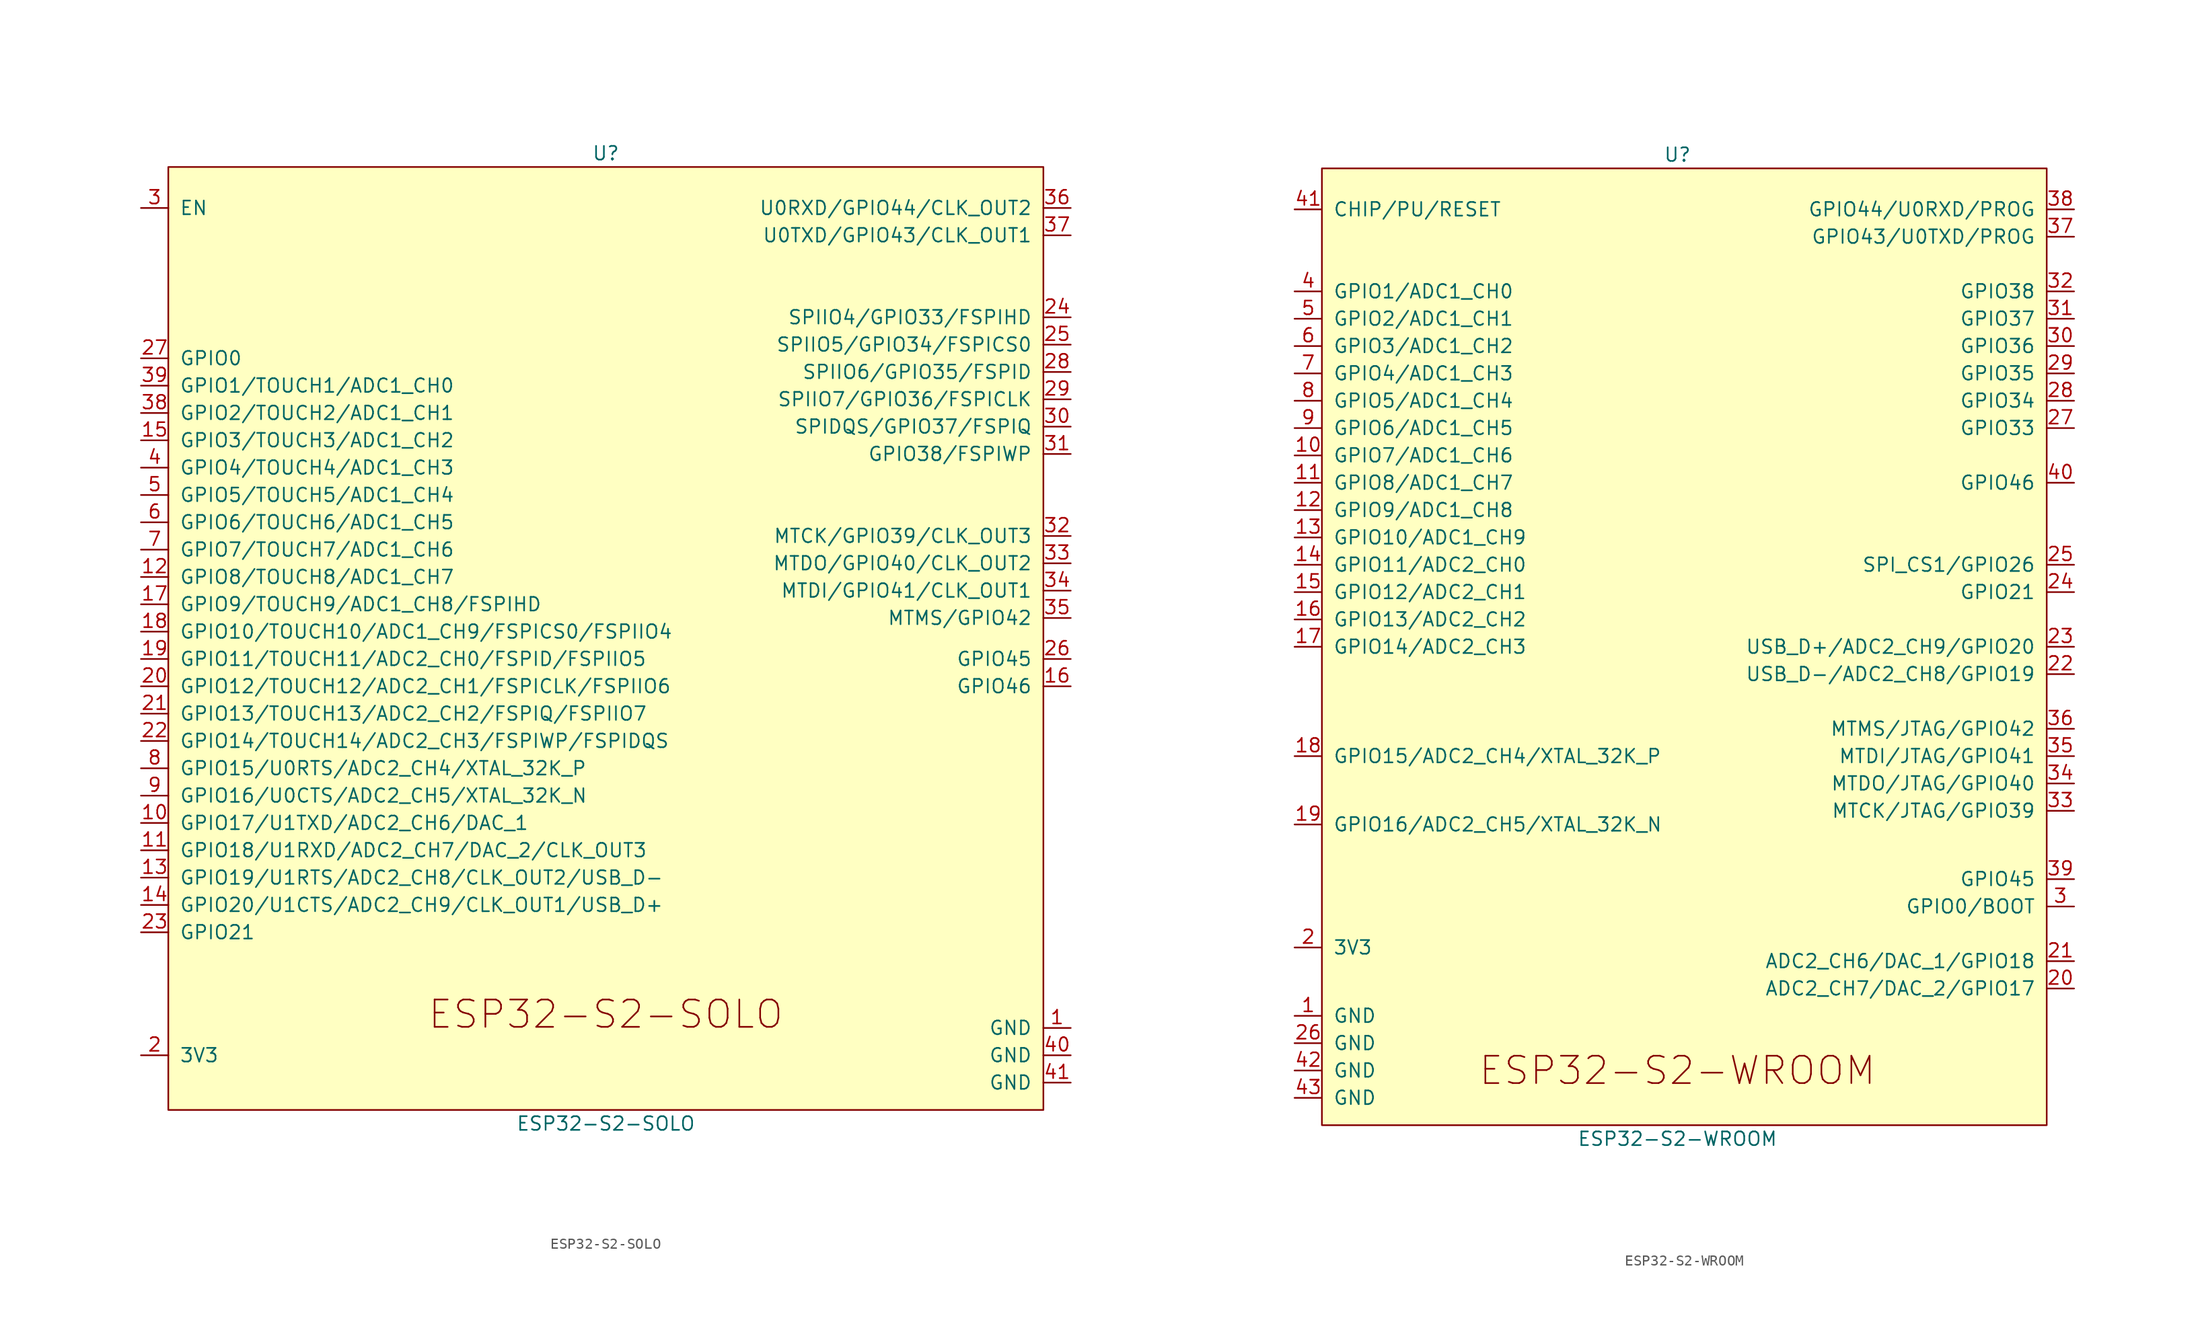
<source format=kicad_sym>
(kicad_symbol_lib
  (version 20220914)
  (generator kicad_symbol_editor)
  (symbol "ESP32-S2-SOLO"
    (pin_names
      (offset 1.016))
    (property "Reference" "U"
      (at 0 43.18 0)
      (effects (font (size 1.27 1.27))))
    (property "Value" "ESP32-S2-SOLO"
      (at 0 -46.99 0)
      (effects (font (size 1.27 1.27))))
    (symbol "ESP32-S2-SOLO_0_1"
      (rectangle (start -40.64 41.91) (end 40.64 -45.72) (stroke (width 0) (type default)) (fill (type background))))
    (symbol "ESP32-S2-SOLO_1_1"
      (text "ESP32-S2-SOLO" (at 0 -36.83 0) (effects (font (size 2.54 2.54))))
      (pin power_in line (at 43.18 -38.1 180) (length 2.54) (name "GND" (effects (font (size 1.27 1.27)))) (number "1" (effects (font (size 1.27 1.27)))))
      (pin bidirectional line (at -43.18 -19.05 0) (length 2.54) (name "GPIO17/U1TXD/ADC2_CH6/DAC_1" (effects (font (size 1.27 1.27)))) (number "10" (effects (font (size 1.27 1.27)))))
      (pin bidirectional line (at -43.18 -21.59 0) (length 2.54) (name "GPIO18/U1RXD/ADC2_CH7/DAC_2/CLK_OUT3" (effects (font (size 1.27 1.27)))) (number "11" (effects (font (size 1.27 1.27)))))
      (pin bidirectional line (at -43.18 3.81 0) (length 2.54) (name "GPIO8/TOUCH8/ADC1_CH7" (effects (font (size 1.27 1.27)))) (number "12" (effects (font (size 1.27 1.27)))))
      (pin bidirectional line (at -43.18 -24.13 0) (length 2.54) (name "GPIO19/U1RTS/ADC2_CH8/CLK_OUT2/USB_D-" (effects (font (size 1.27 1.27)))) (number "13" (effects (font (size 1.27 1.27)))))
      (pin bidirectional line (at -43.18 -26.67 0) (length 2.54) (name "GPIO20/U1CTS/ADC2_CH9/CLK_OUT1/USB_D+" (effects (font (size 1.27 1.27)))) (number "14" (effects (font (size 1.27 1.27)))))
      (pin bidirectional line (at -43.18 16.51 0) (length 2.54) (name "GPIO3/TOUCH3/ADC1_CH2" (effects (font (size 1.27 1.27)))) (number "15" (effects (font (size 1.27 1.27)))))
      (pin input line (at 43.18 -6.35 180) (length 2.54) (name "GPIO46" (effects (font (size 1.27 1.27)))) (number "16" (effects (font (size 1.27 1.27)))))
      (pin bidirectional line (at -43.18 1.27 0) (length 2.54) (name "GPIO9/TOUCH9/ADC1_CH8/FSPIHD" (effects (font (size 1.27 1.27)))) (number "17" (effects (font (size 1.27 1.27)))))
      (pin bidirectional line (at -43.18 -1.27 0) (length 2.54) (name "GPIO10/TOUCH10/ADC1_CH9/FSPICS0/FSPIIO4" (effects (font (size 1.27 1.27)))) (number "18" (effects (font (size 1.27 1.27)))))
      (pin bidirectional line (at -43.18 -3.81 0) (length 2.54) (name "GPIO11/TOUCH11/ADC2_CH0/FSPID/FSPIIO5" (effects (font (size 1.27 1.27)))) (number "19" (effects (font (size 1.27 1.27)))))
      (pin power_in line (at -43.18 -40.64 0) (length 2.54) (name "3V3" (effects (font (size 1.27 1.27)))) (number "2" (effects (font (size 1.27 1.27)))))
      (pin bidirectional line (at -43.18 -6.35 0) (length 2.54) (name "GPIO12/TOUCH12/ADC2_CH1/FSPICLK/FSPIIO6" (effects (font (size 1.27 1.27)))) (number "20" (effects (font (size 1.27 1.27)))))
      (pin bidirectional line (at -43.18 -8.89 0) (length 2.54) (name "GPIO13/TOUCH13/ADC2_CH2/FSPIQ/FSPIIO7" (effects (font (size 1.27 1.27)))) (number "21" (effects (font (size 1.27 1.27)))))
      (pin bidirectional line (at -43.18 -11.43 0) (length 2.54) (name "GPIO14/TOUCH14/ADC2_CH3/FSPIWP/FSPIDQS" (effects (font (size 1.27 1.27)))) (number "22" (effects (font (size 1.27 1.27)))))
      (pin bidirectional line (at -43.18 -29.21 0) (length 2.54) (name "GPIO21" (effects (font (size 1.27 1.27)))) (number "23" (effects (font (size 1.27 1.27)))))
      (pin bidirectional line (at 43.18 27.94 180) (length 2.54) (name "SPIIO4/GPIO33/FSPIHD" (effects (font (size 1.27 1.27)))) (number "24" (effects (font (size 1.27 1.27)))))
      (pin bidirectional line (at 43.18 25.4 180) (length 2.54) (name "SPIIO5/GPIO34/FSPICS0" (effects (font (size 1.27 1.27)))) (number "25" (effects (font (size 1.27 1.27)))))
      (pin bidirectional line (at 43.18 -3.81 180) (length 2.54) (name "GPIO45" (effects (font (size 1.27 1.27)))) (number "26" (effects (font (size 1.27 1.27)))))
      (pin bidirectional line (at -43.18 24.13 0) (length 2.54) (name "GPIO0" (effects (font (size 1.27 1.27)))) (number "27" (effects (font (size 1.27 1.27)))))
      (pin bidirectional line (at 43.18 22.86 180) (length 2.54) (name "SPIIO6/GPIO35/FSPID" (effects (font (size 1.27 1.27)))) (number "28" (effects (font (size 1.27 1.27)))))
      (pin bidirectional line (at 43.18 20.32 180) (length 2.54) (name "SPIIO7/GPIO36/FSPICLK" (effects (font (size 1.27 1.27)))) (number "29" (effects (font (size 1.27 1.27)))))
      (pin bidirectional line (at -43.18 38.1 0) (length 2.54) (name "EN" (effects (font (size 1.27 1.27)))) (number "3" (effects (font (size 1.27 1.27)))))
      (pin bidirectional line (at 43.18 17.78 180) (length 2.54) (name "SPIDQS/GPIO37/FSPIQ" (effects (font (size 1.27 1.27)))) (number "30" (effects (font (size 1.27 1.27)))))
      (pin bidirectional line (at 43.18 15.24 180) (length 2.54) (name "GPIO38/FSPIWP" (effects (font (size 1.27 1.27)))) (number "31" (effects (font (size 1.27 1.27)))))
      (pin bidirectional line (at 43.18 7.62 180) (length 2.54) (name "MTCK/GPIO39/CLK_OUT3" (effects (font (size 1.27 1.27)))) (number "32" (effects (font (size 1.27 1.27)))))
      (pin bidirectional line (at 43.18 5.08 180) (length 2.54) (name "MTDO/GPIO40/CLK_OUT2" (effects (font (size 1.27 1.27)))) (number "33" (effects (font (size 1.27 1.27)))))
      (pin bidirectional line (at 43.18 2.54 180) (length 2.54) (name "MTDI/GPIO41/CLK_OUT1" (effects (font (size 1.27 1.27)))) (number "34" (effects (font (size 1.27 1.27)))))
      (pin bidirectional line (at 43.18 0 180) (length 2.54) (name "MTMS/GPIO42" (effects (font (size 1.27 1.27)))) (number "35" (effects (font (size 1.27 1.27)))))
      (pin bidirectional line (at 43.18 38.1 180) (length 2.54) (name "U0RXD/GPIO44/CLK_OUT2" (effects (font (size 1.27 1.27)))) (number "36" (effects (font (size 1.27 1.27)))))
      (pin bidirectional line (at 43.18 35.56 180) (length 2.54) (name "U0TXD/GPIO43/CLK_OUT1" (effects (font (size 1.27 1.27)))) (number "37" (effects (font (size 1.27 1.27)))))
      (pin bidirectional line (at -43.18 19.05 0) (length 2.54) (name "GPIO2/TOUCH2/ADC1_CH1" (effects (font (size 1.27 1.27)))) (number "38" (effects (font (size 1.27 1.27)))))
      (pin bidirectional line (at -43.18 21.59 0) (length 2.54) (name "GPIO1/TOUCH1/ADC1_CH0" (effects (font (size 1.27 1.27)))) (number "39" (effects (font (size 1.27 1.27)))))
      (pin bidirectional line (at -43.18 13.97 0) (length 2.54) (name "GPIO4/TOUCH4/ADC1_CH3" (effects (font (size 1.27 1.27)))) (number "4" (effects (font (size 1.27 1.27)))))
      (pin input line (at 43.18 -40.64 180) (length 2.54) (name "GND" (effects (font (size 1.27 1.27)))) (number "40" (effects (font (size 1.27 1.27)))))
      (pin input line (at 43.18 -43.18 180) (length 2.54) (name "GND" (effects (font (size 1.27 1.27)))) (number "41" (effects (font (size 1.27 1.27)))))
      (pin bidirectional line (at -43.18 11.43 0) (length 2.54) (name "GPIO5/TOUCH5/ADC1_CH4" (effects (font (size 1.27 1.27)))) (number "5" (effects (font (size 1.27 1.27)))))
      (pin bidirectional line (at -43.18 8.89 0) (length 2.54) (name "GPIO6/TOUCH6/ADC1_CH5" (effects (font (size 1.27 1.27)))) (number "6" (effects (font (size 1.27 1.27)))))
      (pin bidirectional line (at -43.18 6.35 0) (length 2.54) (name "GPIO7/TOUCH7/ADC1_CH6" (effects (font (size 1.27 1.27)))) (number "7" (effects (font (size 1.27 1.27)))))
      (pin bidirectional line (at -43.18 -13.97 0) (length 2.54) (name "GPIO15/U0RTS/ADC2_CH4/XTAL_32K_P" (effects (font (size 1.27 1.27)))) (number "8" (effects (font (size 1.27 1.27)))))
      (pin bidirectional line (at -43.18 -16.51 0) (length 2.54) (name "GPIO16/U0CTS/ADC2_CH5/XTAL_32K_N" (effects (font (size 1.27 1.27)))) (number "9" (effects (font (size 1.27 1.27)))))))
  (symbol "ESP32-S2-WROOM"
    (pin_names
      (offset 1.016))
    (property "Reference" "U"
      (at 0 45.72 0)
      (effects (font (size 1.27 1.27))))
    (property "Value" "ESP32-S2-WROOM"
      (at 0 -45.72 0)
      (effects (font (size 1.27 1.27))))
    (symbol "ESP32-S2-WROOM_0_0"
      (pin power_in line (at -35.56 -41.91 0) (length 2.54) (name "GND" (effects (font (size 1.27 1.27)))) (number "43" (effects (font (size 1.27 1.27))))))
    (symbol "ESP32-S2-WROOM_1_1"
      (rectangle (start -33.02 44.45) (end 34.29 -44.45) (stroke (width 0) (type default)) (fill (type background)))
      (text "ESP32-S2-WROOM" (at 0 -39.37 0) (effects (font (size 2.54 2.54))))
      (pin power_in line (at -35.56 -34.29 0) (length 2.54) (name "GND" (effects (font (size 1.27 1.27)))) (number "1" (effects (font (size 1.27 1.27)))))
      (pin bidirectional line (at -35.56 17.78 0) (length 2.54) (name "GPIO7/ADC1_CH6" (effects (font (size 1.27 1.27)))) (number "10" (effects (font (size 1.27 1.27)))))
      (pin bidirectional line (at -35.56 15.24 0) (length 2.54) (name "GPIO8/ADC1_CH7" (effects (font (size 1.27 1.27)))) (number "11" (effects (font (size 1.27 1.27)))))
      (pin bidirectional line (at -35.56 12.7 0) (length 2.54) (name "GPIO9/ADC1_CH8" (effects (font (size 1.27 1.27)))) (number "12" (effects (font (size 1.27 1.27)))))
      (pin bidirectional line (at -35.56 10.16 0) (length 2.54) (name "GPIO10/ADC1_CH9" (effects (font (size 1.27 1.27)))) (number "13" (effects (font (size 1.27 1.27)))))
      (pin bidirectional line (at -35.56 7.62 0) (length 2.54) (name "GPIO11/ADC2_CH0" (effects (font (size 1.27 1.27)))) (number "14" (effects (font (size 1.27 1.27)))))
      (pin bidirectional line (at -35.56 5.08 0) (length 2.54) (name "GPIO12/ADC2_CH1" (effects (font (size 1.27 1.27)))) (number "15" (effects (font (size 1.27 1.27)))))
      (pin bidirectional line (at -35.56 2.54 0) (length 2.54) (name "GPIO13/ADC2_CH2" (effects (font (size 1.27 1.27)))) (number "16" (effects (font (size 1.27 1.27)))))
      (pin bidirectional line (at -35.56 0 0) (length 2.54) (name "GPIO14/ADC2_CH3" (effects (font (size 1.27 1.27)))) (number "17" (effects (font (size 1.27 1.27)))))
      (pin bidirectional line (at -35.56 -10.16 0) (length 2.54) (name "GPIO15/ADC2_CH4/XTAL_32K_P" (effects (font (size 1.27 1.27)))) (number "18" (effects (font (size 1.27 1.27)))))
      (pin bidirectional line (at -35.56 -16.51 0) (length 2.54) (name "GPIO16/ADC2_CH5/XTAL_32K_N" (effects (font (size 1.27 1.27)))) (number "19" (effects (font (size 1.27 1.27)))))
      (pin power_in line (at -35.56 -27.94 0) (length 2.54) (name "3V3" (effects (font (size 1.27 1.27)))) (number "2" (effects (font (size 1.27 1.27)))))
      (pin bidirectional line (at 36.83 -31.75 180) (length 2.54) (name "ADC2_CH7/DAC_2/GPIO17" (effects (font (size 1.27 1.27)))) (number "20" (effects (font (size 1.27 1.27)))))
      (pin bidirectional line (at 36.83 -29.21 180) (length 2.54) (name "ADC2_CH6/DAC_1/GPIO18" (effects (font (size 1.27 1.27)))) (number "21" (effects (font (size 1.27 1.27)))))
      (pin bidirectional line (at 36.83 -2.54 180) (length 2.54) (name "USB_D-/ADC2_CH8/GPIO19" (effects (font (size 1.27 1.27)))) (number "22" (effects (font (size 1.27 1.27)))))
      (pin bidirectional line (at 36.83 0 180) (length 2.54) (name "USB_D+/ADC2_CH9/GPIO20" (effects (font (size 1.27 1.27)))) (number "23" (effects (font (size 1.27 1.27)))))
      (pin bidirectional line (at 36.83 5.08 180) (length 2.54) (name "GPIO21" (effects (font (size 1.27 1.27)))) (number "24" (effects (font (size 1.27 1.27)))))
      (pin bidirectional line (at 36.83 7.62 180) (length 2.54) (name "SPI_CS1/GPIO26" (effects (font (size 1.27 1.27)))) (number "25" (effects (font (size 1.27 1.27)))))
      (pin power_in line (at -35.56 -36.83 0) (length 2.54) (name "GND" (effects (font (size 1.27 1.27)))) (number "26" (effects (font (size 1.27 1.27)))))
      (pin bidirectional line (at 36.83 20.32 180) (length 2.54) (name "GPIO33" (effects (font (size 1.27 1.27)))) (number "27" (effects (font (size 1.27 1.27)))))
      (pin bidirectional line (at 36.83 22.86 180) (length 2.54) (name "GPIO34" (effects (font (size 1.27 1.27)))) (number "28" (effects (font (size 1.27 1.27)))))
      (pin bidirectional line (at 36.83 25.4 180) (length 2.54) (name "GPIO35" (effects (font (size 1.27 1.27)))) (number "29" (effects (font (size 1.27 1.27)))))
      (pin bidirectional line (at 36.83 -24.13 180) (length 2.54) (name "GPIO0/BOOT" (effects (font (size 1.27 1.27)))) (number "3" (effects (font (size 1.27 1.27)))))
      (pin bidirectional line (at 36.83 27.94 180) (length 2.54) (name "GPIO36" (effects (font (size 1.27 1.27)))) (number "30" (effects (font (size 1.27 1.27)))))
      (pin bidirectional line (at 36.83 30.48 180) (length 2.54) (name "GPIO37" (effects (font (size 1.27 1.27)))) (number "31" (effects (font (size 1.27 1.27)))))
      (pin bidirectional line (at 36.83 33.02 180) (length 2.54) (name "GPIO38" (effects (font (size 1.27 1.27)))) (number "32" (effects (font (size 1.27 1.27)))))
      (pin bidirectional line (at 36.83 -15.24 180) (length 2.54) (name "MTCK/JTAG/GPIO39" (effects (font (size 1.27 1.27)))) (number "33" (effects (font (size 1.27 1.27)))))
      (pin bidirectional line (at 36.83 -12.7 180) (length 2.54) (name "MTDO/JTAG/GPIO40" (effects (font (size 1.27 1.27)))) (number "34" (effects (font (size 1.27 1.27)))))
      (pin bidirectional line (at 36.83 -10.16 180) (length 2.54) (name "MTDI/JTAG/GPIO41" (effects (font (size 1.27 1.27)))) (number "35" (effects (font (size 1.27 1.27)))))
      (pin bidirectional line (at 36.83 -7.62 180) (length 2.54) (name "MTMS/JTAG/GPIO42" (effects (font (size 1.27 1.27)))) (number "36" (effects (font (size 1.27 1.27)))))
      (pin bidirectional line (at 36.83 38.1 180) (length 2.54) (name "GPIO43/U0TXD/PROG" (effects (font (size 1.27 1.27)))) (number "37" (effects (font (size 1.27 1.27)))))
      (pin bidirectional line (at 36.83 40.64 180) (length 2.54) (name "GPIO44/U0RXD/PROG" (effects (font (size 1.27 1.27)))) (number "38" (effects (font (size 1.27 1.27)))))
      (pin bidirectional line (at 36.83 -21.59 180) (length 2.54) (name "GPIO45" (effects (font (size 1.27 1.27)))) (number "39" (effects (font (size 1.27 1.27)))))
      (pin bidirectional line (at -35.56 33.02 0) (length 2.54) (name "GPIO1/ADC1_CH0" (effects (font (size 1.27 1.27)))) (number "4" (effects (font (size 1.27 1.27)))))
      (pin input line (at 36.83 15.24 180) (length 2.54) (name "GPIO46" (effects (font (size 1.27 1.27)))) (number "40" (effects (font (size 1.27 1.27)))))
      (pin input line (at -35.56 40.64 0) (length 2.54) (name "CHIP/PU/RESET" (effects (font (size 1.27 1.27)))) (number "41" (effects (font (size 1.27 1.27)))))
      (pin power_in line (at -35.56 -39.37 0) (length 2.54) (name "GND" (effects (font (size 1.27 1.27)))) (number "42" (effects (font (size 1.27 1.27)))))
      (pin bidirectional line (at -35.56 30.48 0) (length 2.54) (name "GPIO2/ADC1_CH1" (effects (font (size 1.27 1.27)))) (number "5" (effects (font (size 1.27 1.27)))))
      (pin bidirectional line (at -35.56 27.94 0) (length 2.54) (name "GPIO3/ADC1_CH2" (effects (font (size 1.27 1.27)))) (number "6" (effects (font (size 1.27 1.27)))))
      (pin bidirectional line (at -35.56 25.4 0) (length 2.54) (name "GPIO4/ADC1_CH3" (effects (font (size 1.27 1.27)))) (number "7" (effects (font (size 1.27 1.27)))))
      (pin bidirectional line (at -35.56 22.86 0) (length 2.54) (name "GPIO5/ADC1_CH4" (effects (font (size 1.27 1.27)))) (number "8" (effects (font (size 1.27 1.27)))))
      (pin bidirectional line (at -35.56 20.32 0) (length 2.54) (name "GPIO6/ADC1_CH5" (effects (font (size 1.27 1.27)))) (number "9" (effects (font (size 1.27 1.27))))))))
</source>
